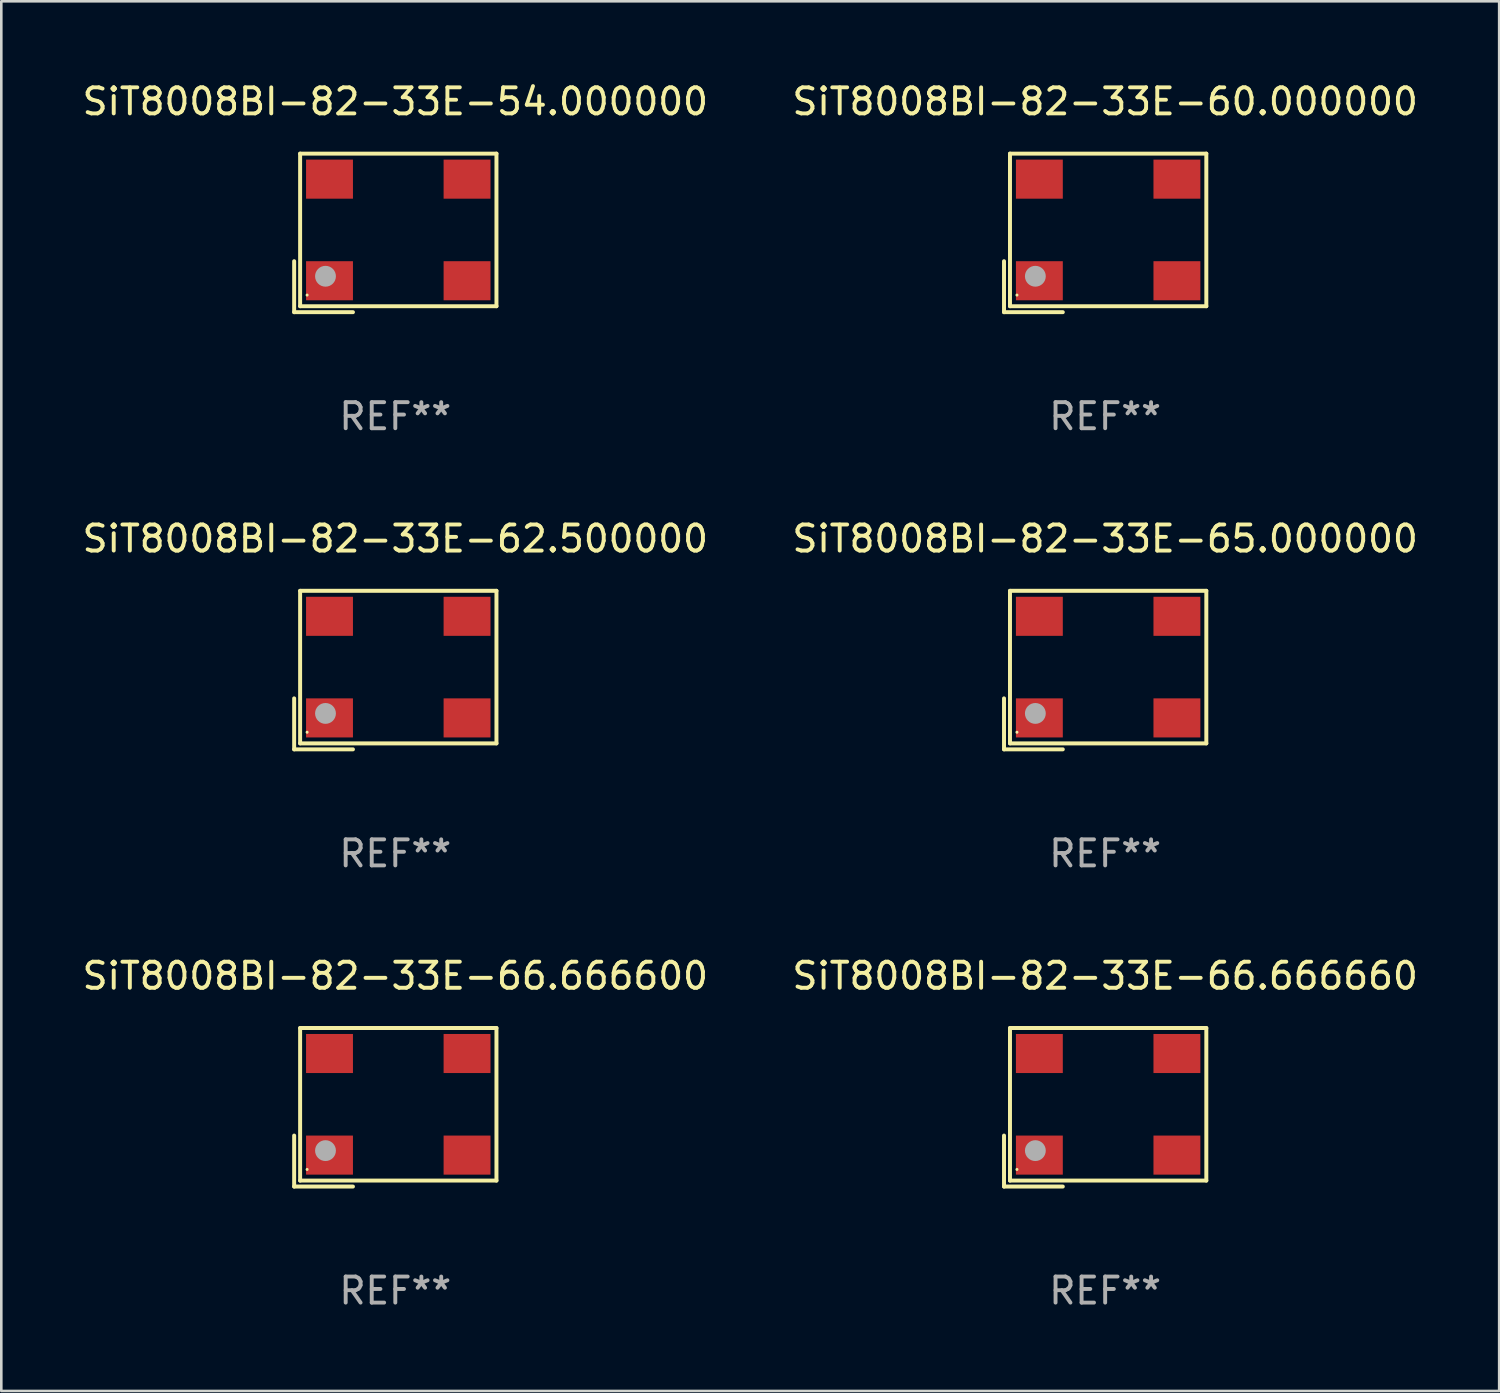
<source format=kicad_pcb>
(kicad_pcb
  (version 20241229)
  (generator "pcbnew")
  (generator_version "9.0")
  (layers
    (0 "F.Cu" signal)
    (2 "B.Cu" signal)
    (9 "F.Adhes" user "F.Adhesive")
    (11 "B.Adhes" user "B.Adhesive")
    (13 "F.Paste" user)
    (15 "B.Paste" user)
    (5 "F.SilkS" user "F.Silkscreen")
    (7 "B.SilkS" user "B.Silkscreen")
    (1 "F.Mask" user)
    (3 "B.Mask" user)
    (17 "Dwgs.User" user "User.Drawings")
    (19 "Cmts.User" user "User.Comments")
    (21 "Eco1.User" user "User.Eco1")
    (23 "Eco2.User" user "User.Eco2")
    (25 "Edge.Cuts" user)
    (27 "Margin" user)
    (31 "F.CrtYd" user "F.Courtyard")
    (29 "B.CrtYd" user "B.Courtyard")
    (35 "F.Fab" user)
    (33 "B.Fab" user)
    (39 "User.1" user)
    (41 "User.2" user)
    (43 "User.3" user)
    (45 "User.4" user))
  (footprint "SiT8008BI-82-33E-66.666600"
    (layer "F.Cu")
    (at 12.125 39.456)
    (property "Reference" "SiT8008BI-82-33E-66.666600" (at 0 -5.043 0) (layer "F.SilkS") (effects (font (size 1 1) (thickness 0.15))))
    (attr through_hole)
    (fp_line (start -3.883 1.086) (end -3.883 3.043) (stroke (width 0.152) (type solid)) (layer "F.SilkS"))
    (fp_line (start -3.883 3.043) (end -1.626 3.043) (stroke (width 0.152) (type solid)) (layer "F.SilkS"))
    (fp_line (start -3.654 -3.043) (end 3.883 -3.043) (stroke (width 0.152) (type solid)) (layer "F.SilkS"))
    (fp_line (start -3.654 2.814) (end -3.654 -3.043) (stroke (width 0.152) (type solid)) (layer "F.SilkS"))
    (fp_line (start 3.883 -3.043) (end 3.883 2.814) (stroke (width 0.152) (type solid)) (layer "F.SilkS"))
    (fp_line (start 3.883 2.814) (end -3.654 2.814) (stroke (width 0.152) (type solid)) (layer "F.SilkS"))
    (fp_circle (center -3.386 2.386) (end -3.356 2.386) (stroke (width 0.06) (type solid)) (fill no) (layer "F.SilkS"))
    (fp_circle (center -2.68 1.664) (end -2.48 1.664) (stroke (width 0.4) (type solid)) (fill no) (layer "F.Fab"))
    (fp_text user "REF**" (at 0 7.043 0) (layer "F.Fab") (effects (font (size 1 1) (thickness 0.15))))
    (pad "1" smd rect (at -2.526 1.836) (size 1.8 1.5) (layers "F.Cu" "F.Mask" "F.Paste"))
    (pad "2" smd rect (at 2.754 1.836) (size 1.8 1.5) (layers "F.Cu" "F.Mask" "F.Paste"))
    (pad "3" smd rect (at 2.754 -2.064) (size 1.8 1.5) (layers "F.Cu" "F.Mask" "F.Paste"))
    (pad "4" smd rect (at -2.526 -2.064) (size 1.8 1.5) (layers "F.Cu" "F.Mask" "F.Paste")))
  (footprint "SiT8008BI-82-33E-65.000000"
    (layer "F.Cu")
    (at 39.375 22.673)
    (property "Reference" "SiT8008BI-82-33E-65.000000" (at 0 -5.043 0) (layer "F.SilkS") (effects (font (size 1 1) (thickness 0.15))))
    (attr through_hole)
    (fp_line (start -3.883 1.086) (end -3.883 3.043) (stroke (width 0.152) (type solid)) (layer "F.SilkS"))
    (fp_line (start -3.883 3.043) (end -1.626 3.043) (stroke (width 0.152) (type solid)) (layer "F.SilkS"))
    (fp_line (start -3.654 -3.043) (end 3.883 -3.043) (stroke (width 0.152) (type solid)) (layer "F.SilkS"))
    (fp_line (start -3.654 2.814) (end -3.654 -3.043) (stroke (width 0.152) (type solid)) (layer "F.SilkS"))
    (fp_line (start 3.883 -3.043) (end 3.883 2.814) (stroke (width 0.152) (type solid)) (layer "F.SilkS"))
    (fp_line (start 3.883 2.814) (end -3.654 2.814) (stroke (width 0.152) (type solid)) (layer "F.SilkS"))
    (fp_circle (center -3.386 2.386) (end -3.356 2.386) (stroke (width 0.06) (type solid)) (fill no) (layer "F.SilkS"))
    (fp_circle (center -2.68 1.664) (end -2.48 1.664) (stroke (width 0.4) (type solid)) (fill no) (layer "F.Fab"))
    (fp_text user "REF**" (at 0 7.043 0) (layer "F.Fab") (effects (font (size 1 1) (thickness 0.15))))
    (pad "1" smd rect (at -2.526 1.836) (size 1.8 1.5) (layers "F.Cu" "F.Mask" "F.Paste"))
    (pad "2" smd rect (at 2.754 1.836) (size 1.8 1.5) (layers "F.Cu" "F.Mask" "F.Paste"))
    (pad "3" smd rect (at 2.754 -2.064) (size 1.8 1.5) (layers "F.Cu" "F.Mask" "F.Paste"))
    (pad "4" smd rect (at -2.526 -2.064) (size 1.8 1.5) (layers "F.Cu" "F.Mask" "F.Paste")))
  (footprint "SiT8008BI-82-33E-60.000000"
    (layer "F.Cu")
    (at 39.375 5.891)
    (property "Reference" "SiT8008BI-82-33E-60.000000" (at 0 -5.043 0) (layer "F.SilkS") (effects (font (size 1 1) (thickness 0.15))))
    (attr through_hole)
    (fp_line (start -3.883 1.086) (end -3.883 3.043) (stroke (width 0.152) (type solid)) (layer "F.SilkS"))
    (fp_line (start -3.883 3.043) (end -1.626 3.043) (stroke (width 0.152) (type solid)) (layer "F.SilkS"))
    (fp_line (start -3.654 -3.043) (end 3.883 -3.043) (stroke (width 0.152) (type solid)) (layer "F.SilkS"))
    (fp_line (start -3.654 2.814) (end -3.654 -3.043) (stroke (width 0.152) (type solid)) (layer "F.SilkS"))
    (fp_line (start 3.883 -3.043) (end 3.883 2.814) (stroke (width 0.152) (type solid)) (layer "F.SilkS"))
    (fp_line (start 3.883 2.814) (end -3.654 2.814) (stroke (width 0.152) (type solid)) (layer "F.SilkS"))
    (fp_circle (center -3.386 2.386) (end -3.356 2.386) (stroke (width 0.06) (type solid)) (fill no) (layer "F.SilkS"))
    (fp_circle (center -2.68 1.664) (end -2.48 1.664) (stroke (width 0.4) (type solid)) (fill no) (layer "F.Fab"))
    (fp_text user "REF**" (at 0 7.043 0) (layer "F.Fab") (effects (font (size 1 1) (thickness 0.15))))
    (pad "1" smd rect (at -2.526 1.836) (size 1.8 1.5) (layers "F.Cu" "F.Mask" "F.Paste"))
    (pad "2" smd rect (at 2.754 1.836) (size 1.8 1.5) (layers "F.Cu" "F.Mask" "F.Paste"))
    (pad "3" smd rect (at 2.754 -2.064) (size 1.8 1.5) (layers "F.Cu" "F.Mask" "F.Paste"))
    (pad "4" smd rect (at -2.526 -2.064) (size 1.8 1.5) (layers "F.Cu" "F.Mask" "F.Paste")))
  (footprint "SiT8008BI-82-33E-62.500000"
    (layer "F.Cu")
    (at 12.125 22.673)
    (property "Reference" "SiT8008BI-82-33E-62.500000" (at 0 -5.043 0) (layer "F.SilkS") (effects (font (size 1 1) (thickness 0.15))))
    (attr through_hole)
    (fp_line (start -3.883 1.086) (end -3.883 3.043) (stroke (width 0.152) (type solid)) (layer "F.SilkS"))
    (fp_line (start -3.883 3.043) (end -1.626 3.043) (stroke (width 0.152) (type solid)) (layer "F.SilkS"))
    (fp_line (start -3.654 -3.043) (end 3.883 -3.043) (stroke (width 0.152) (type solid)) (layer "F.SilkS"))
    (fp_line (start -3.654 2.814) (end -3.654 -3.043) (stroke (width 0.152) (type solid)) (layer "F.SilkS"))
    (fp_line (start 3.883 -3.043) (end 3.883 2.814) (stroke (width 0.152) (type solid)) (layer "F.SilkS"))
    (fp_line (start 3.883 2.814) (end -3.654 2.814) (stroke (width 0.152) (type solid)) (layer "F.SilkS"))
    (fp_circle (center -3.386 2.386) (end -3.356 2.386) (stroke (width 0.06) (type solid)) (fill no) (layer "F.SilkS"))
    (fp_circle (center -2.68 1.664) (end -2.48 1.664) (stroke (width 0.4) (type solid)) (fill no) (layer "F.Fab"))
    (fp_text user "REF**" (at 0 7.043 0) (layer "F.Fab") (effects (font (size 1 1) (thickness 0.15))))
    (pad "1" smd rect (at -2.526 1.836) (size 1.8 1.5) (layers "F.Cu" "F.Mask" "F.Paste"))
    (pad "2" smd rect (at 2.754 1.836) (size 1.8 1.5) (layers "F.Cu" "F.Mask" "F.Paste"))
    (pad "3" smd rect (at 2.754 -2.064) (size 1.8 1.5) (layers "F.Cu" "F.Mask" "F.Paste"))
    (pad "4" smd rect (at -2.526 -2.064) (size 1.8 1.5) (layers "F.Cu" "F.Mask" "F.Paste")))
  (footprint "SiT8008BI-82-33E-66.666660"
    (layer "F.Cu")
    (at 39.375 39.456)
    (property "Reference" "SiT8008BI-82-33E-66.666660" (at 0 -5.043 0) (layer "F.SilkS") (effects (font (size 1 1) (thickness 0.15))))
    (attr through_hole)
    (fp_line (start -3.883 1.086) (end -3.883 3.043) (stroke (width 0.152) (type solid)) (layer "F.SilkS"))
    (fp_line (start -3.883 3.043) (end -1.626 3.043) (stroke (width 0.152) (type solid)) (layer "F.SilkS"))
    (fp_line (start -3.654 -3.043) (end 3.883 -3.043) (stroke (width 0.152) (type solid)) (layer "F.SilkS"))
    (fp_line (start -3.654 2.814) (end -3.654 -3.043) (stroke (width 0.152) (type solid)) (layer "F.SilkS"))
    (fp_line (start 3.883 -3.043) (end 3.883 2.814) (stroke (width 0.152) (type solid)) (layer "F.SilkS"))
    (fp_line (start 3.883 2.814) (end -3.654 2.814) (stroke (width 0.152) (type solid)) (layer "F.SilkS"))
    (fp_circle (center -3.386 2.386) (end -3.356 2.386) (stroke (width 0.06) (type solid)) (fill no) (layer "F.SilkS"))
    (fp_circle (center -2.68 1.664) (end -2.48 1.664) (stroke (width 0.4) (type solid)) (fill no) (layer "F.Fab"))
    (fp_text user "REF**" (at 0 7.043 0) (layer "F.Fab") (effects (font (size 1 1) (thickness 0.15))))
    (pad "1" smd rect (at -2.526 1.836) (size 1.8 1.5) (layers "F.Cu" "F.Mask" "F.Paste"))
    (pad "2" smd rect (at 2.754 1.836) (size 1.8 1.5) (layers "F.Cu" "F.Mask" "F.Paste"))
    (pad "3" smd rect (at 2.754 -2.064) (size 1.8 1.5) (layers "F.Cu" "F.Mask" "F.Paste"))
    (pad "4" smd rect (at -2.526 -2.064) (size 1.8 1.5) (layers "F.Cu" "F.Mask" "F.Paste")))
  (footprint "SiT8008BI-82-33E-54.000000"
    (layer "F.Cu")
    (at 12.125 5.891)
    (property "Reference" "SiT8008BI-82-33E-54.000000" (at 0 -5.043 0) (layer "F.SilkS") (effects (font (size 1 1) (thickness 0.15))))
    (attr through_hole)
    (fp_line (start -3.883 1.086) (end -3.883 3.043) (stroke (width 0.152) (type solid)) (layer "F.SilkS"))
    (fp_line (start -3.883 3.043) (end -1.626 3.043) (stroke (width 0.152) (type solid)) (layer "F.SilkS"))
    (fp_line (start -3.654 -3.043) (end 3.883 -3.043) (stroke (width 0.152) (type solid)) (layer "F.SilkS"))
    (fp_line (start -3.654 2.814) (end -3.654 -3.043) (stroke (width 0.152) (type solid)) (layer "F.SilkS"))
    (fp_line (start 3.883 -3.043) (end 3.883 2.814) (stroke (width 0.152) (type solid)) (layer "F.SilkS"))
    (fp_line (start 3.883 2.814) (end -3.654 2.814) (stroke (width 0.152) (type solid)) (layer "F.SilkS"))
    (fp_circle (center -3.386 2.386) (end -3.356 2.386) (stroke (width 0.06) (type solid)) (fill no) (layer "F.SilkS"))
    (fp_circle (center -2.68 1.664) (end -2.48 1.664) (stroke (width 0.4) (type solid)) (fill no) (layer "F.Fab"))
    (fp_text user "REF**" (at 0 7.043 0) (layer "F.Fab") (effects (font (size 1 1) (thickness 0.15))))
    (pad "1" smd rect (at -2.526 1.836) (size 1.8 1.5) (layers "F.Cu" "F.Mask" "F.Paste"))
    (pad "2" smd rect (at 2.754 1.836) (size 1.8 1.5) (layers "F.Cu" "F.Mask" "F.Paste"))
    (pad "3" smd rect (at 2.754 -2.064) (size 1.8 1.5) (layers "F.Cu" "F.Mask" "F.Paste"))
    (pad "4" smd rect (at -2.526 -2.064) (size 1.8 1.5) (layers "F.Cu" "F.Mask" "F.Paste")))
  (gr_rect
    (start -3 -3)
    (end 54.5 50.347)
    (stroke (width 0.1) (type default))
    (fill no)
    (layer "Edge.Cuts")))
</source>
